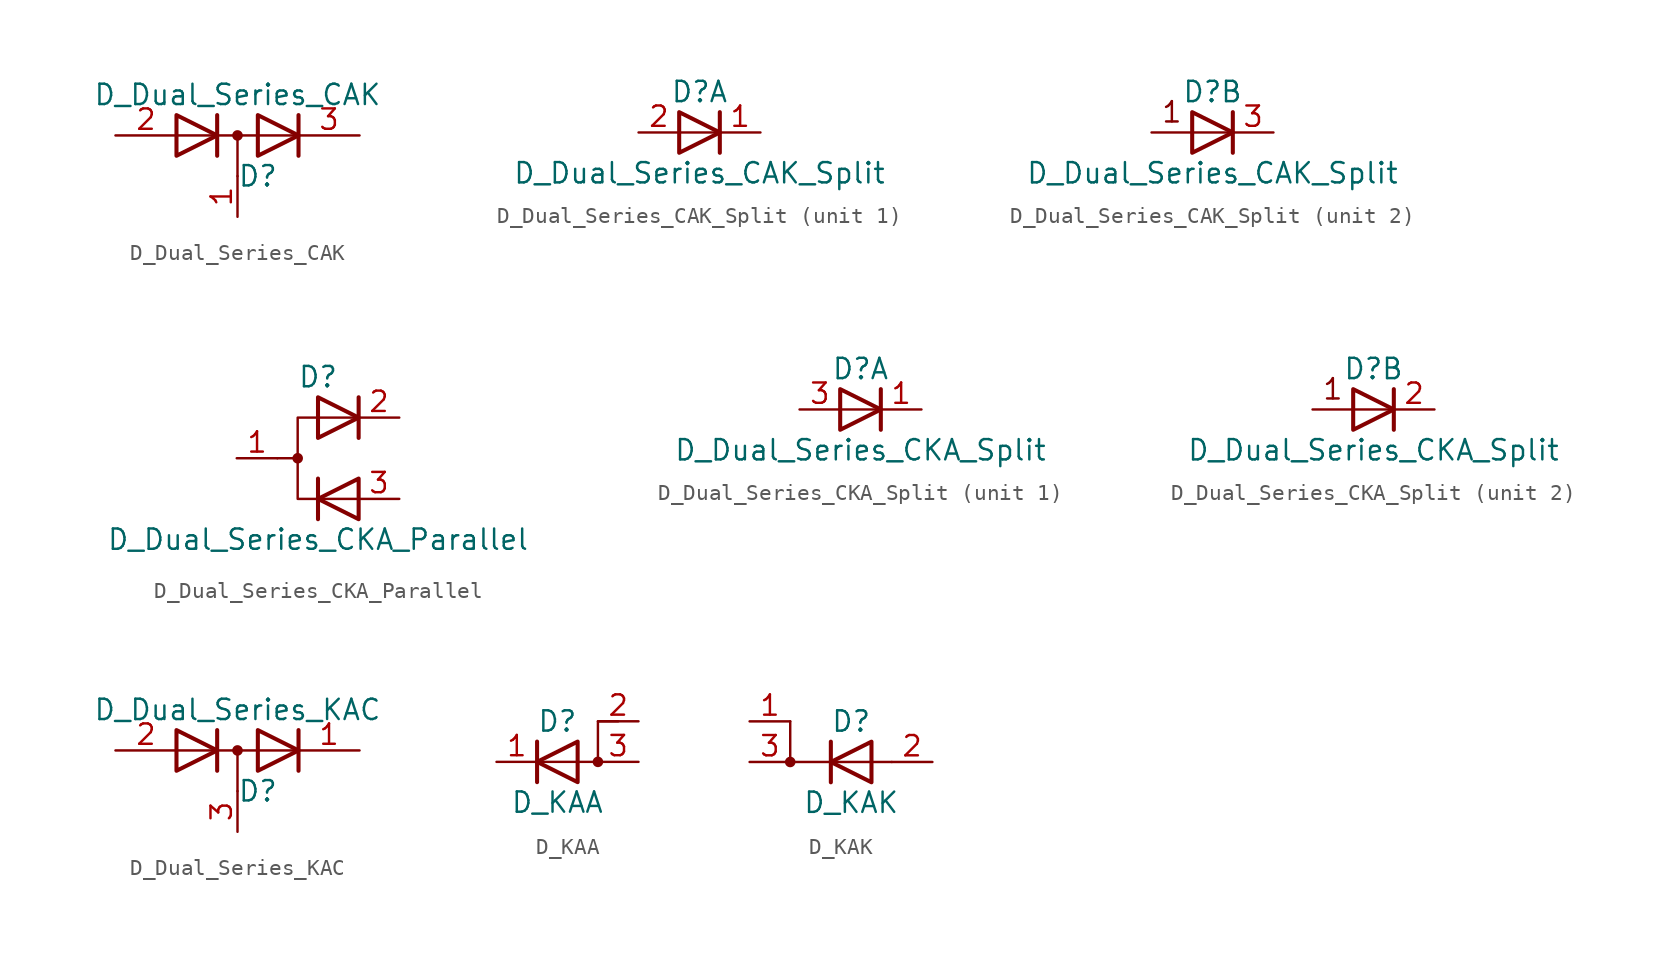
<source format=kicad_sym>
(kicad_symbol_lib
  (version 20211014)
  (generator kicad_symbol_editor)
  (symbol "D_Dual_Series_CAK"
    (pin_names
      (offset 0.762) hide)
    (property "Reference" "D"
      (at 1.27 -2.54 0)
      (effects (font (size 1.27 1.27))))
    (property "Value" "D_Dual_Series_CAK"
      (at 0 2.54 0)
      (effects (font (size 1.27 1.27))))
    (symbol "D_Dual_Series_CAK_0_1"
      (polyline (pts (xy 0 0) (xy 0 -2.54)) (stroke (width 0) (type default) (color 0 0 0 0)) (fill (type none)))
      (polyline (pts (xy 3.81 0) (xy -3.81 0)) (stroke (width 0) (type default) (color 0 0 0 0)) (fill (type none)))
      (polyline (pts (xy -1.27 -1.27) (xy -1.27 1.27) (xy -1.27 1.27)) (stroke (width 0.254) (type default) (color 0 0 0 0)) (fill (type none)))
      (polyline (pts (xy 3.81 1.27) (xy 3.81 -1.27) (xy 3.81 -1.27)) (stroke (width 0.254) (type default) (color 0 0 0 0)) (fill (type none)))
      (polyline (pts (xy -3.81 1.27) (xy -1.27 0) (xy -3.81 -1.27) (xy -3.81 1.27) (xy -3.81 1.27) (xy -3.81 1.27)) (stroke (width 0.254) (type default) (color 0 0 0 0)) (fill (type none)))
      (polyline (pts (xy 1.27 1.27) (xy 3.81 0) (xy 1.27 -1.27) (xy 1.27 1.27) (xy 1.27 1.27) (xy 1.27 1.27)) (stroke (width 0.254) (type default) (color 0 0 0 0)) (fill (type none)))
      (circle (center 0 0) (radius 0.254) (stroke (width 0) (type default) (color 0 0 0 0)) (fill (type outline)))
      (pin passive line (at 0 -5.08 90) (length 2.54) (name "common" (effects (font (size 1.27 1.27)))) (number "1" (effects (font (size 1.27 1.27)))))
      (pin passive line (at -7.62 0 0) (length 3.81) (name "A" (effects (font (size 1.27 1.27)))) (number "2" (effects (font (size 1.27 1.27)))))
      (pin passive line (at 7.62 0 180) (length 3.81) (name "K" (effects (font (size 1.27 1.27)))) (number "3" (effects (font (size 1.27 1.27)))))))
  (symbol "D_Dual_Series_CAK_Split"
    (pin_names
      (offset 0.762) hide)
    (property "Reference" "D"
      (at 0 2.54 0)
      (effects (font (size 1.27 1.27))))
    (property "Value" "D_Dual_Series_CAK_Split"
      (at 0 -2.54 0)
      (effects (font (size 1.27 1.27))))
    (property "ki_locked" ""
      (at 0 0 0)
      (effects (font (size 1.27 1.27))))
    (symbol "D_Dual_Series_CAK_Split_0_0"
      (polyline (pts (xy 1.27 1.27) (xy 1.27 -1.27)) (stroke (width 0.254) (type default) (color 0 0 0 0)) (fill (type none))))
    (symbol "D_Dual_Series_CAK_Split_0_1"
      (polyline (pts (xy -1.27 1.27) (xy 1.27 0) (xy -1.27 -1.27) (xy -1.27 1.27) (xy -1.27 1.27) (xy -1.27 1.27)) (stroke (width 0.254) (type default) (color 0 0 0 0)) (fill (type none))))
    (symbol "D_Dual_Series_CAK_Split_1_1"
      (polyline (pts (xy 1.27 0) (xy -1.27 0)) (stroke (width 0) (type default) (color 0 0 0 0)) (fill (type none)))
      (pin passive line (at 3.81 0 180) (length 2.54) (name "K" (effects (font (size 1.27 1.27)))) (number "1" (effects (font (size 1.27 1.27)))))
      (pin passive line (at -3.81 0 0) (length 2.54) (name "A" (effects (font (size 1.27 1.27)))) (number "2" (effects (font (size 1.27 1.27))))))
    (symbol "D_Dual_Series_CAK_Split_2_0"
      (polyline (pts (xy 1.27 0) (xy -3.81 0)) (stroke (width 0) (type default) (color 0 0 0 0)) (fill (type none)))
      (text "1" (at -2.54 1.27 0) (effects (font (size 1.27 1.27)))))
    (symbol "D_Dual_Series_CAK_Split_2_1"
      (pin passive line (at 3.81 0 180) (length 2.54) (name "K" (effects (font (size 1.27 1.27)))) (number "3" (effects (font (size 1.27 1.27)))))))
  (symbol "D_Dual_Series_CKA_Parallel"
    (pin_names
      (offset 0.762) hide)
    (property "Reference" "D"
      (at 0 5.08 0)
      (effects (font (size 1.27 1.27))))
    (property "Value" "D_Dual_Series_CKA_Parallel"
      (at 0 -5.08 0)
      (effects (font (size 1.27 1.27))))
    (symbol "D_Dual_Series_CKA_Parallel_0_0"
      (polyline (pts (xy 0 -1.27) (xy 0 -3.81)) (stroke (width 0.254) (type default) (color 0 0 0 0)) (fill (type none)))
      (polyline (pts (xy 2.54 3.81) (xy 2.54 1.27)) (stroke (width 0.254) (type default) (color 0 0 0 0)) (fill (type none))))
    (symbol "D_Dual_Series_CKA_Parallel_0_1"
      (circle (center -1.27 0) (radius 0.254) (stroke (width 0) (type default) (color 0 0 0 0)) (fill (type outline)))
      (polyline (pts (xy -1.27 0) (xy -2.54 0)) (stroke (width 0) (type default) (color 0 0 0 0)) (fill (type none)))
      (polyline (pts (xy 2.54 2.54) (xy -1.27 2.54) (xy -1.27 -2.54) (xy 2.54 -2.54)) (stroke (width 0) (type default) (color 0 0 0 0)) (fill (type none)))
      (polyline (pts (xy 0 3.81) (xy 2.54 2.54) (xy 0 1.27) (xy 0 3.81) (xy 0 3.81) (xy 0 3.81)) (stroke (width 0.254) (type default) (color 0 0 0 0)) (fill (type none)))
      (polyline (pts (xy 2.54 -1.27) (xy 0 -2.54) (xy 2.54 -3.81) (xy 2.54 -1.27) (xy 2.54 -1.27) (xy 2.54 -1.27)) (stroke (width 0.254) (type default) (color 0 0 0 0)) (fill (type none)))
      (pin passive line (at -5.08 0 0) (length 2.54) (name "A" (effects (font (size 1.27 1.27)))) (number "1" (effects (font (size 1.27 1.27)))))
      (pin passive line (at 5.08 2.54 180) (length 2.54) (name "K" (effects (font (size 1.27 1.27)))) (number "2" (effects (font (size 1.27 1.27)))))
      (pin passive line (at 5.08 -2.54 180) (length 2.54) (name "K" (effects (font (size 1.27 1.27)))) (number "3" (effects (font (size 1.27 1.27)))))))
  (symbol "D_Dual_Series_CKA_Split"
    (pin_names
      (offset 0.762) hide)
    (property "Reference" "D"
      (at 0 2.54 0)
      (effects (font (size 1.27 1.27))))
    (property "Value" "D_Dual_Series_CKA_Split"
      (at 0 -2.54 0)
      (effects (font (size 1.27 1.27))))
    (property "ki_locked" ""
      (at 0 0 0)
      (effects (font (size 1.27 1.27))))
    (symbol "D_Dual_Series_CKA_Split_0_0"
      (polyline (pts (xy 1.27 1.27) (xy 1.27 -1.27)) (stroke (width 0.254) (type default) (color 0 0 0 0)) (fill (type none))))
    (symbol "D_Dual_Series_CKA_Split_0_1"
      (polyline (pts (xy -1.27 1.27) (xy 1.27 0) (xy -1.27 -1.27) (xy -1.27 1.27) (xy -1.27 1.27) (xy -1.27 1.27)) (stroke (width 0.254) (type default) (color 0 0 0 0)) (fill (type none))))
    (symbol "D_Dual_Series_CKA_Split_1_1"
      (polyline (pts (xy 1.27 0) (xy -1.27 0)) (stroke (width 0) (type default) (color 0 0 0 0)) (fill (type none)))
      (pin passive line (at 3.81 0 180) (length 2.54) (name "K" (effects (font (size 1.27 1.27)))) (number "1" (effects (font (size 1.27 1.27)))))
      (pin passive line (at -3.81 0 0) (length 2.54) (name "A" (effects (font (size 1.27 1.27)))) (number "3" (effects (font (size 1.27 1.27))))))
    (symbol "D_Dual_Series_CKA_Split_2_0"
      (polyline (pts (xy 1.27 0) (xy -3.81 0)) (stroke (width 0) (type default) (color 0 0 0 0)) (fill (type none)))
      (text "1" (at -2.54 1.27 0) (effects (font (size 1.27 1.27)))))
    (symbol "D_Dual_Series_CKA_Split_2_1"
      (pin passive line (at 3.81 0 180) (length 2.54) (name "K" (effects (font (size 1.27 1.27)))) (number "2" (effects (font (size 1.27 1.27)))))))
  (symbol "D_Dual_Series_KAC"
    (pin_names
      (offset 0.762) hide)
    (property "Reference" "D"
      (at 1.27 -2.54 0)
      (effects (font (size 1.27 1.27))))
    (property "Value" "D_Dual_Series_KAC"
      (at 0 2.54 0)
      (effects (font (size 1.27 1.27))))
    (symbol "D_Dual_Series_KAC_0_1"
      (polyline (pts (xy 0 0) (xy 0 -2.54)) (stroke (width 0) (type default) (color 0 0 0 0)) (fill (type none)))
      (polyline (pts (xy 3.81 0) (xy -3.81 0)) (stroke (width 0) (type default) (color 0 0 0 0)) (fill (type none)))
      (polyline (pts (xy -1.27 -1.27) (xy -1.27 1.27) (xy -1.27 1.27)) (stroke (width 0.254) (type default) (color 0 0 0 0)) (fill (type none)))
      (polyline (pts (xy 3.81 1.27) (xy 3.81 -1.27) (xy 3.81 -1.27)) (stroke (width 0.254) (type default) (color 0 0 0 0)) (fill (type none)))
      (polyline (pts (xy -3.81 1.27) (xy -1.27 0) (xy -3.81 -1.27) (xy -3.81 1.27) (xy -3.81 1.27) (xy -3.81 1.27)) (stroke (width 0.254) (type default) (color 0 0 0 0)) (fill (type none)))
      (polyline (pts (xy 1.27 1.27) (xy 3.81 0) (xy 1.27 -1.27) (xy 1.27 1.27) (xy 1.27 1.27) (xy 1.27 1.27)) (stroke (width 0.254) (type default) (color 0 0 0 0)) (fill (type none)))
      (circle (center 0 0) (radius 0.254) (stroke (width 0) (type default) (color 0 0 0 0)) (fill (type outline)))
      (pin passive line (at 7.62 0 180) (length 3.81) (name "K" (effects (font (size 1.27 1.27)))) (number "1" (effects (font (size 1.27 1.27)))))
      (pin passive line (at -7.62 0 0) (length 3.81) (name "A" (effects (font (size 1.27 1.27)))) (number "2" (effects (font (size 1.27 1.27)))))
      (pin passive line (at 0 -5.08 90) (length 2.54) (name "common" (effects (font (size 1.27 1.27)))) (number "3" (effects (font (size 1.27 1.27)))))))
  (symbol "D_KAA"
    (pin_names
      (offset 0) hide)
    (property "Reference" "D"
      (at 0 2.54 0)
      (effects (font (size 1.27 1.27))))
    (property "Value" "D_KAA"
      (at 0 -2.54 0)
      (effects (font (size 1.27 1.27))))
    (symbol "D_KAA_0_1"
      (polyline (pts (xy -1.27 1.27) (xy -1.27 -1.27)) (stroke (width 0.254) (type default) (color 0 0 0 0)) (fill (type none)))
      (polyline (pts (xy 1.27 1.27) (xy 1.27 -1.27) (xy -1.27 0) (xy 1.27 1.27)) (stroke (width 0.254) (type default) (color 0 0 0 0)) (fill (type none)))
      (polyline (pts (xy 3.81 2.54) (xy 2.54 2.54) (xy 2.54 0) (xy -1.27 0)) (stroke (width 0) (type default) (color 0 0 0 0)) (fill (type none)))
      (circle (center 2.54 0) (radius 0.254) (stroke (width 0) (type default) (color 0 0 0 0)) (fill (type outline))))
    (symbol "D_KAA_1_1"
      (pin passive line (at -3.81 0 0) (length 2.54) (name "K" (effects (font (size 1.27 1.27)))) (number "1" (effects (font (size 1.27 1.27)))))
      (pin input line (at 5.08 2.54 180) (length 2.54) (name "A" (effects (font (size 1.27 1.27)))) (number "2" (effects (font (size 1.27 1.27)))))
      (pin passive line (at 5.08 0 180) (length 2.54) (name "A" (effects (font (size 1.27 1.27)))) (number "3" (effects (font (size 1.27 1.27)))))))
  (symbol "D_KAK"
    (pin_names
      (offset 0) hide)
    (property "Reference" "D"
      (at 0 2.54 0)
      (effects (font (size 1.27 1.27))))
    (property "Value" "D_KAK"
      (at 0 -2.54 0)
      (effects (font (size 1.27 1.27))))
    (symbol "D_KAK_0_1"
      (circle (center -3.81 0) (radius 0.254) (stroke (width 0) (type default) (color 0 0 0 0)) (fill (type outline)))
      (polyline (pts (xy -1.27 1.27) (xy -1.27 -1.27)) (stroke (width 0.254) (type default) (color 0 0 0 0)) (fill (type none)))
      (polyline (pts (xy -3.81 2.54) (xy -3.81 0) (xy 2.54 0)) (stroke (width 0) (type default) (color 0 0 0 0)) (fill (type none)))
      (polyline (pts (xy 1.27 1.27) (xy 1.27 -1.27) (xy -1.27 0) (xy 1.27 1.27)) (stroke (width 0.254) (type default) (color 0 0 0 0)) (fill (type none))))
    (symbol "D_KAK_1_1"
      (pin passive line (at -6.35 2.54 0) (length 2.54) (name "K" (effects (font (size 1.27 1.27)))) (number "1" (effects (font (size 1.27 1.27)))))
      (pin passive line (at 5.08 0 180) (length 2.54) (name "A" (effects (font (size 1.27 1.27)))) (number "2" (effects (font (size 1.27 1.27)))))
      (pin passive line (at -6.35 0 0) (length 2.54) (name "K" (effects (font (size 1.27 1.27)))) (number "3" (effects (font (size 1.27 1.27))))))))
</source>
